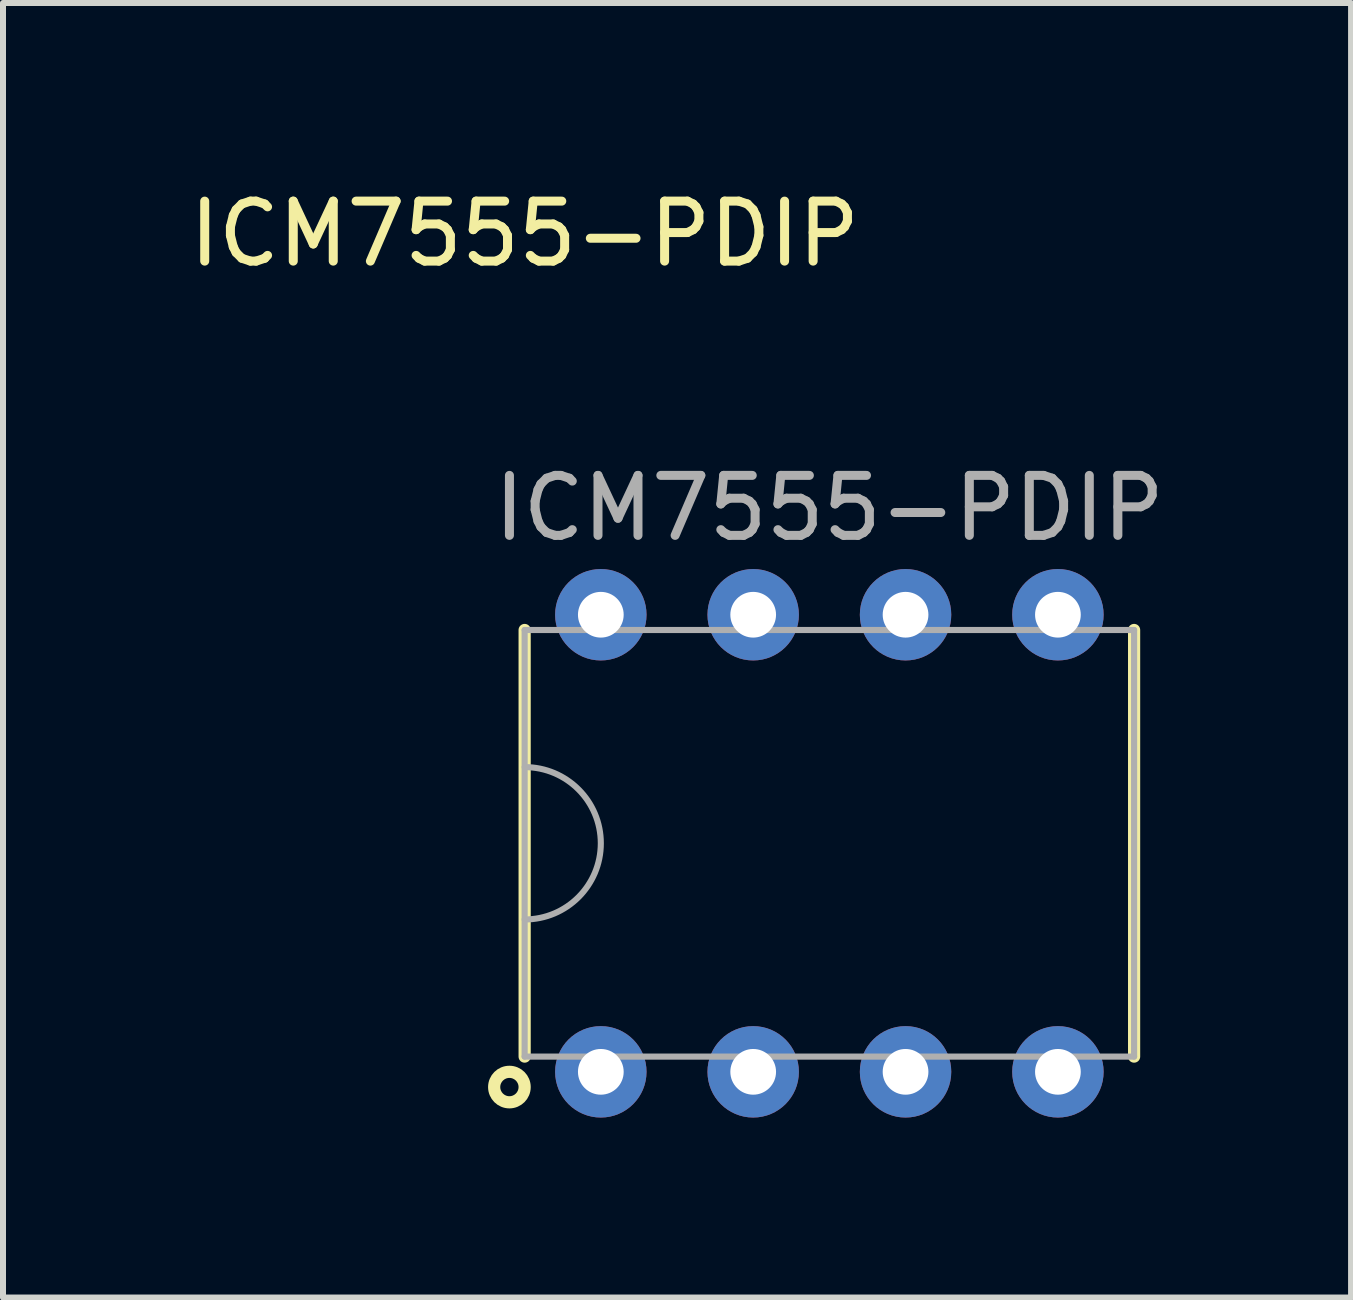
<source format=kicad_pcb>
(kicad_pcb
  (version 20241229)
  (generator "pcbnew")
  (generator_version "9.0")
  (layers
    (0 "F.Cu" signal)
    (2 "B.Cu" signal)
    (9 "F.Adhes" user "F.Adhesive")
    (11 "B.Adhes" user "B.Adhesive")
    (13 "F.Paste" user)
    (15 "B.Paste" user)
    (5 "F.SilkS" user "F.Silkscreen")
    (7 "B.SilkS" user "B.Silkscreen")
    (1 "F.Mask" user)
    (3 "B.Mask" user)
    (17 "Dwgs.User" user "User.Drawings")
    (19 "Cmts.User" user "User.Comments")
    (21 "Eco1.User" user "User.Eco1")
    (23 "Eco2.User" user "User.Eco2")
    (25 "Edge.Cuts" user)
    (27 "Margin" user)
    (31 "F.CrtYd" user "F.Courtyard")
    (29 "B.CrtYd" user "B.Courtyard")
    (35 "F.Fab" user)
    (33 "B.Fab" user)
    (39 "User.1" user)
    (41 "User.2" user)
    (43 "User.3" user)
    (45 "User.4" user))
  (footprint "ICM7555-PDIP"
    (layer "F.Cu")
    (at 10.776 11.008)
    (property "Reference" "ICM7555-PDIP" (at -5.08 -10.16 0) (unlocked yes) (layer "F.SilkS") (effects (font (size 1 1) (thickness 0.15))))
    (attr smd)
    (fp_line (start -5.08 3.556) (end -5.08 -3.556) (stroke (width 0.203) (type solid)) (layer "F.SilkS"))
    (fp_line (start 5.08 3.556) (end 5.08 -3.556) (stroke (width 0.203) (type solid)) (layer "F.SilkS"))
    (fp_circle (center -5.334 4.064) (end -5.08 4.064) (stroke (width 0.203) (type solid)) (fill no) (layer "F.SilkS"))
    (fp_line (start -5.08 -3.556) (end -5.08 3.556) (stroke (width 0.102) (type solid)) (layer "F.Fab"))
    (fp_line (start -5.08 3.556) (end 5.08 3.556) (stroke (width 0.102) (type solid)) (layer "F.Fab"))
    (fp_line (start 5.08 -3.556) (end -5.08 -3.556) (stroke (width 0.102) (type solid)) (layer "F.Fab"))
    (fp_line (start 5.08 3.556) (end 5.08 -3.556) (stroke (width 0.102) (type solid)) (layer "F.Fab"))
    (fp_arc (start -5.08 -1.27) (mid -3.81 0) (end -5.08 1.27) (stroke (width 0.1016) (type solid)) (layer "F.Fab"))
    (fp_text user "${REFERENCE}" (at 0 -5.588 0) (unlocked yes) (layer "F.Fab") (effects (font (size 1 1) (thickness 0.15))))
    (pad "1" thru_hole circle (at -3.81 3.81) (size 1.524 1.524) (drill 0.762) (layers "*.Cu" "*.Mask"))
    (pad "2" thru_hole circle (at -1.27 3.81) (size 1.524 1.524) (drill 0.762) (layers "*.Cu" "*.Mask"))
    (pad "3" thru_hole circle (at 1.27 3.81) (size 1.524 1.524) (drill 0.762) (layers "*.Cu" "*.Mask"))
    (pad "4" thru_hole circle (at 3.81 3.81) (size 1.524 1.524) (drill 0.762) (layers "*.Cu" "*.Mask"))
    (pad "5" thru_hole circle (at 3.81 -3.81) (size 1.524 1.524) (drill 0.762) (layers "*.Cu" "*.Mask"))
    (pad "6" thru_hole circle (at 1.27 -3.81) (size 1.524 1.524) (drill 0.762) (layers "*.Cu" "*.Mask"))
    (pad "7" thru_hole circle (at -1.27 -3.81) (size 1.524 1.524) (drill 0.762) (layers "*.Cu" "*.Mask"))
    (pad "8" thru_hole circle (at -3.81 -3.81) (size 1.524 1.524) (drill 0.762) (layers "*.Cu" "*.Mask")))
  (gr_rect
    (start -3 -3)
    (end 19.473 18.58)
    (stroke (width 0.1) (type default))
    (fill no)
    (layer "Edge.Cuts")))
</source>
